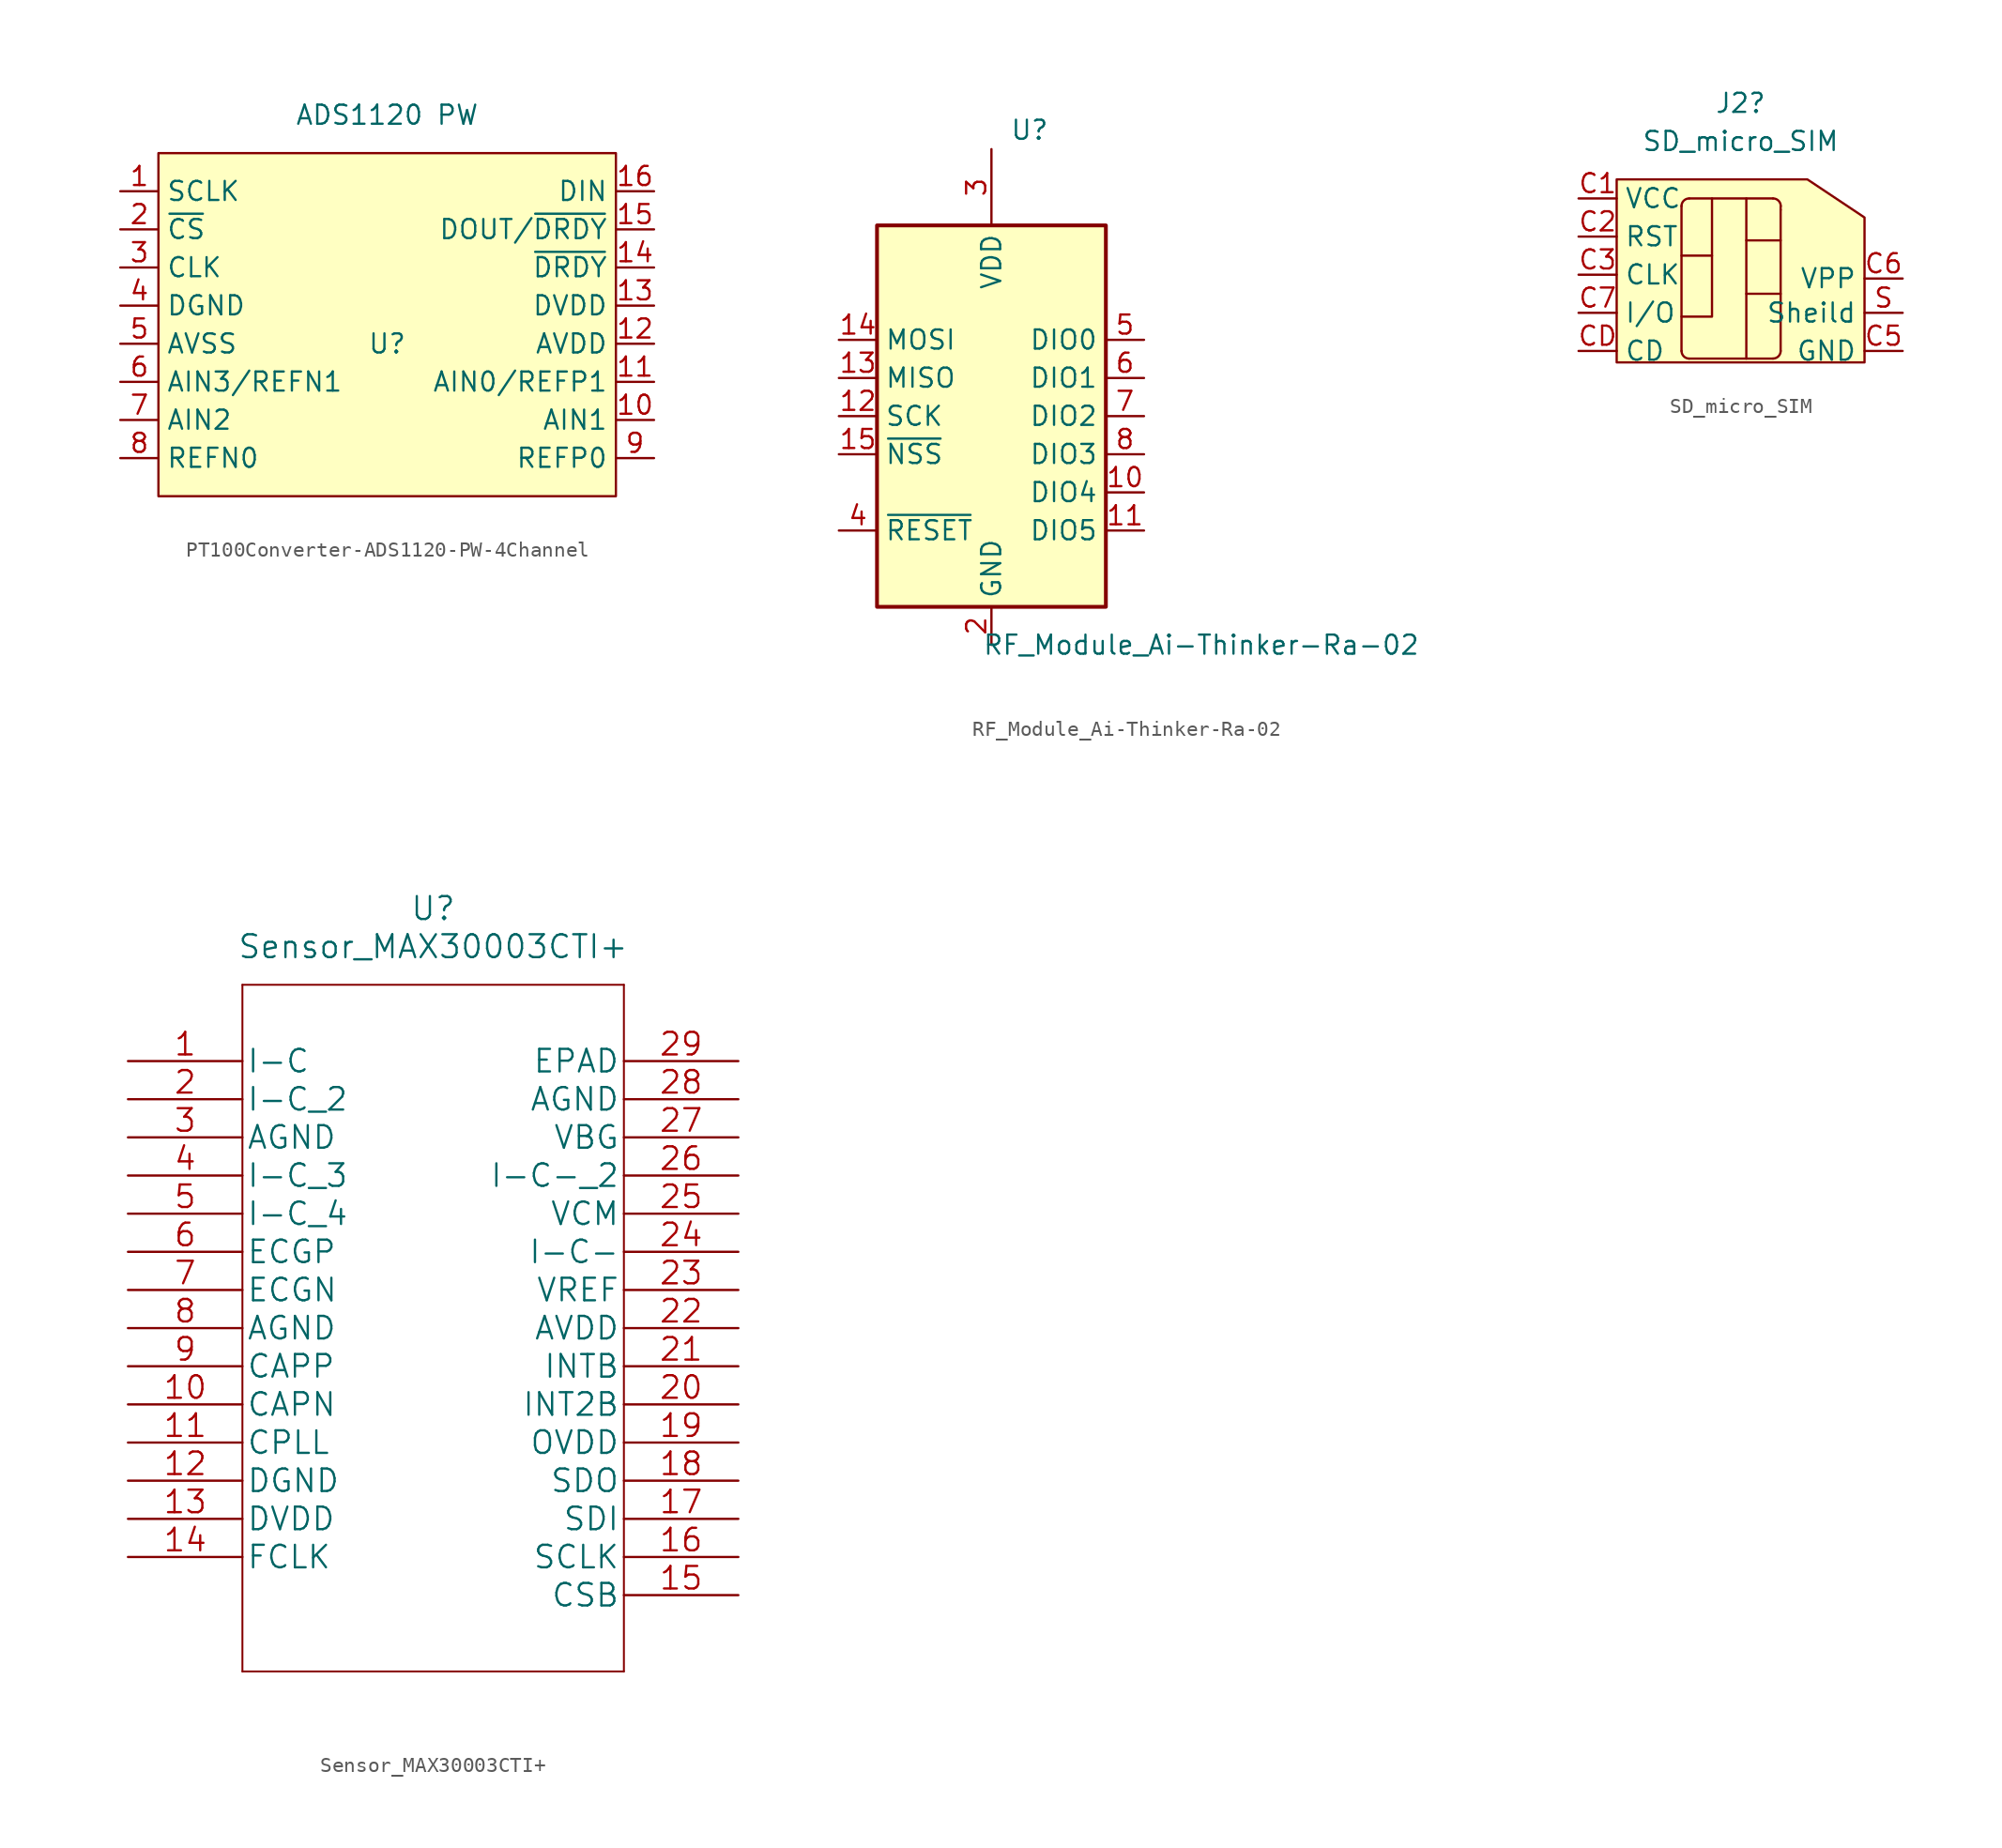
<source format=kicad_sym>
(kicad_symbol_lib
  (version 20220914)
  (generator kicad_symbol_editor)
  (symbol "PT100Converter-ADS1120-PW-4Channel"
    (property "Reference" "U"
      (at 0 0 0)
      (effects (font (size 1.27 1.27))))
    (property "Value" "ADS1120 PW"
      (at 0 15.24 0)
      (effects (font (size 1.27 1.27))))
    (symbol "PT100Converter-ADS1120-PW-4Channel_1_1"
      (rectangle (start -15.24 12.7) (end 15.24 -10.16) (stroke (width 0) (type default)) (fill (type background)))
      (pin input line (at -17.78 10.16 0) (length 2.54) (name "SCLK" (effects (font (size 1.27 1.27)))) (number "1" (effects (font (size 1.27 1.27)))))
      (pin input line (at 17.78 -5.08 180) (length 2.54) (name "AIN1" (effects (font (size 1.27 1.27)))) (number "10" (effects (font (size 1.27 1.27)))))
      (pin input line (at 17.78 -2.54 180) (length 2.54) (name "AIN0/REFP1" (effects (font (size 1.27 1.27)))) (number "11" (effects (font (size 1.27 1.27)))))
      (pin input line (at 17.78 0 180) (length 2.54) (name "AVDD" (effects (font (size 1.27 1.27)))) (number "12" (effects (font (size 1.27 1.27)))))
      (pin input line (at 17.78 2.54 180) (length 2.54) (name "DVDD" (effects (font (size 1.27 1.27)))) (number "13" (effects (font (size 1.27 1.27)))))
      (pin input line (at 17.78 5.08 180) (length 2.54) (name "~{DRDY}" (effects (font (size 1.27 1.27)))) (number "14" (effects (font (size 1.27 1.27)))))
      (pin input line (at 17.78 7.62 180) (length 2.54) (name "DOUT/~{DRDY}" (effects (font (size 1.27 1.27)))) (number "15" (effects (font (size 1.27 1.27)))))
      (pin input line (at 17.78 10.16 180) (length 2.54) (name "DIN" (effects (font (size 1.27 1.27)))) (number "16" (effects (font (size 1.27 1.27)))))
      (pin input line (at -17.78 7.62 0) (length 2.54) (name "~{CS}" (effects (font (size 1.27 1.27)))) (number "2" (effects (font (size 1.27 1.27)))))
      (pin input line (at -17.78 5.08 0) (length 2.54) (name "CLK" (effects (font (size 1.27 1.27)))) (number "3" (effects (font (size 1.27 1.27)))))
      (pin input line (at -17.78 2.54 0) (length 2.54) (name "DGND" (effects (font (size 1.27 1.27)))) (number "4" (effects (font (size 1.27 1.27)))))
      (pin input line (at -17.78 0 0) (length 2.54) (name "AVSS" (effects (font (size 1.27 1.27)))) (number "5" (effects (font (size 1.27 1.27)))))
      (pin input line (at -17.78 -2.54 0) (length 2.54) (name "AIN3/REFN1" (effects (font (size 1.27 1.27)))) (number "6" (effects (font (size 1.27 1.27)))))
      (pin input line (at -17.78 -5.08 0) (length 2.54) (name "AIN2" (effects (font (size 1.27 1.27)))) (number "7" (effects (font (size 1.27 1.27)))))
      (pin input line (at -17.78 -7.62 0) (length 2.54) (name "REFN0" (effects (font (size 1.27 1.27)))) (number "8" (effects (font (size 1.27 1.27)))))
      (pin input line (at 17.78 -7.62 180) (length 2.54) (name "REFP0" (effects (font (size 1.27 1.27)))) (number "9" (effects (font (size 1.27 1.27)))))))
  (symbol "RF_Module_Ai-Thinker-Ra-02"
    (property "Reference" "U"
      (at 2.54 19.05 0)
      (effects (font (size 1.27 1.27))))
    (property "Value" "RF_Module_Ai-Thinker-Ra-02"
      (at 13.97 -15.24 0)
      (effects (font (size 1.27 1.27))))
    (symbol "RF_Module_Ai-Thinker-Ra-02_0_1"
      (rectangle (start -7.62 12.7) (end 7.62 -12.7) (stroke (width 0.254) (type default)) (fill (type background))))
    (symbol "RF_Module_Ai-Thinker-Ra-02_1_1"
      (pin passive line (at 0 -15.24 90) (length 2.54) hide (name "GND" (effects (font (size 1.27 1.27)))) (number "1" (effects (font (size 1.27 1.27)))))
      (pin bidirectional line (at 10.16 -5.08 180) (length 2.54) (name "DIO4" (effects (font (size 1.27 1.27)))) (number "10" (effects (font (size 1.27 1.27)))))
      (pin bidirectional line (at 10.16 -7.62 180) (length 2.54) (name "DIO5" (effects (font (size 1.27 1.27)))) (number "11" (effects (font (size 1.27 1.27)))))
      (pin input line (at -10.16 0 0) (length 2.54) (name "SCK" (effects (font (size 1.27 1.27)))) (number "12" (effects (font (size 1.27 1.27)))))
      (pin output line (at -10.16 2.54 0) (length 2.54) (name "MISO" (effects (font (size 1.27 1.27)))) (number "13" (effects (font (size 1.27 1.27)))))
      (pin input line (at -10.16 5.08 0) (length 2.54) (name "MOSI" (effects (font (size 1.27 1.27)))) (number "14" (effects (font (size 1.27 1.27)))))
      (pin input line (at -10.16 -2.54 0) (length 2.54) (name "~{NSS}" (effects (font (size 1.27 1.27)))) (number "15" (effects (font (size 1.27 1.27)))))
      (pin passive line (at 0 -15.24 90) (length 2.54) hide (name "GND" (effects (font (size 1.27 1.27)))) (number "16" (effects (font (size 1.27 1.27)))))
      (pin power_in line (at 0 -15.24 90) (length 2.54) (name "GND" (effects (font (size 1.27 1.27)))) (number "2" (effects (font (size 1.27 1.27)))))
      (pin power_in line (at 0 17.78 270) (length 5.08) (name "VDD" (effects (font (size 1.27 1.27)))) (number "3" (effects (font (size 1.27 1.27)))))
      (pin input line (at -10.16 -7.62 0) (length 2.54) (name "~{RESET}" (effects (font (size 1.27 1.27)))) (number "4" (effects (font (size 1.27 1.27)))))
      (pin bidirectional line (at 10.16 5.08 180) (length 2.54) (name "DIO0" (effects (font (size 1.27 1.27)))) (number "5" (effects (font (size 1.27 1.27)))))
      (pin bidirectional line (at 10.16 2.54 180) (length 2.54) (name "DIO1" (effects (font (size 1.27 1.27)))) (number "6" (effects (font (size 1.27 1.27)))))
      (pin bidirectional line (at 10.16 0 180) (length 2.54) (name "DIO2" (effects (font (size 1.27 1.27)))) (number "7" (effects (font (size 1.27 1.27)))))
      (pin bidirectional line (at 10.16 -2.54 180) (length 2.54) (name "DIO3" (effects (font (size 1.27 1.27)))) (number "8" (effects (font (size 1.27 1.27)))))
      (pin passive line (at 0 -15.24 90) (length 2.54) hide (name "GND" (effects (font (size 1.27 1.27)))) (number "9" (effects (font (size 1.27 1.27)))))))
  (symbol "SD_micro_SIM"
    (property "Reference" "J2"
      (at 1.905 6.35 0)
      (effects (font (size 1.27 1.27))))
    (property "Value" "SD_micro_SIM"
      (at 1.905 3.81 0)
      (effects (font (size 1.27 1.27))))
    (symbol "SD_micro_SIM_0_1"
      (arc (start -2.032 -10.16) (mid -1.8832 -10.5192) (end -1.524 -10.668) (stroke (width 0) (type default)) (fill (type none)))
      (arc (start -1.524 0) (mid -1.8832 -0.1488) (end -2.032 -0.508) (stroke (width 0) (type default)) (fill (type none)))
      (polyline (pts (xy -2.032 -3.81) (xy 0 -3.81)) (stroke (width 0) (type default)) (fill (type none)))
      (polyline (pts (xy -2.032 -0.508) (xy -2.032 -10.16)) (stroke (width 0) (type default)) (fill (type none)))
      (polyline (pts (xy -1.524 -10.668) (xy 4.064 -10.668)) (stroke (width 0) (type default)) (fill (type none)))
      (polyline (pts (xy -1.524 0) (xy 4.064 0)) (stroke (width 0) (type default)) (fill (type none)))
      (polyline (pts (xy 2.286 0) (xy 2.286 -10.668)) (stroke (width 0) (type default)) (fill (type none)))
      (polyline (pts (xy 4.572 -6.35) (xy 2.286 -6.35)) (stroke (width 0) (type default)) (fill (type none)))
      (polyline (pts (xy 4.572 -2.794) (xy 2.286 -2.794)) (stroke (width 0) (type default)) (fill (type none)))
      (polyline (pts (xy 4.572 -0.762) (xy 4.572 -10.16)) (stroke (width 0) (type default)) (fill (type none)))
      (polyline (pts (xy 4.572 -0.508) (xy 4.572 -0.762)) (stroke (width 0) (type default)) (fill (type none)))
      (polyline (pts (xy 0 0) (xy 0 -7.874) (xy -2.032 -7.874)) (stroke (width 0) (type default)) (fill (type none)))
      (polyline (pts (xy -6.35 1.27) (xy -6.35 -10.922) (xy 10.16 -10.922) (xy 10.16 -1.27) (xy 6.35 1.27) (xy -6.35 1.27)) (stroke (width 0) (type default)) (fill (type background)))
      (arc (start 4.064 -10.668) (mid 4.4232 -10.5192) (end 4.572 -10.16) (stroke (width 0) (type default)) (fill (type none)))
      (arc (start 4.572 -0.508) (mid 4.4232 -0.1488) (end 4.064 0) (stroke (width 0) (type default)) (fill (type none))))
    (symbol "SD_micro_SIM_1_1"
      (pin power_in line (at -8.89 0 0) (length 2.54) (name "VCC" (effects (font (size 1.27 1.27)))) (number "C1" (effects (font (size 1.27 1.27)))))
      (pin input line (at -8.89 -2.54 0) (length 2.54) (name "RST" (effects (font (size 1.27 1.27)))) (number "C2" (effects (font (size 1.27 1.27)))))
      (pin input line (at -8.89 -5.08 0) (length 2.54) (name "CLK" (effects (font (size 1.27 1.27)))) (number "C3" (effects (font (size 1.27 1.27)))))
      (pin power_in line (at 12.7 -10.16 180) (length 2.54) (name "GND" (effects (font (size 1.27 1.27)))) (number "C5" (effects (font (size 1.27 1.27)))))
      (pin input line (at 12.7 -5.334 180) (length 2.54) (name "VPP" (effects (font (size 1.27 1.27)))) (number "C6" (effects (font (size 1.27 1.27)))))
      (pin bidirectional line (at -8.89 -7.62 0) (length 2.54) (name "I/O" (effects (font (size 1.27 1.27)))) (number "C7" (effects (font (size 1.27 1.27)))))
      (pin output line (at -8.89 -10.16 0) (length 2.54) (name "CD" (effects (font (size 1.27 1.27)))) (number "CD" (effects (font (size 1.27 1.27)))))
      (pin power_in line (at 12.7 -7.62 180) (length 2.54) (name "Sheild" (effects (font (size 1.27 1.27)))) (number "S" (effects (font (size 1.27 1.27)))))))
  (symbol "Sensor_MAX30003CTI+"
    (pin_names
      (offset 0.254))
    (property "Reference" "U"
      (at 20.32 10.16 0)
      (effects (font (size 1.524 1.524))))
    (property "Value" "Sensor_MAX30003CTI+"
      (at 20.32 7.62 0)
      (effects (font (size 1.524 1.524))))
    (symbol "Sensor_MAX30003CTI+_1_1"
      (polyline (pts (xy 7.62 -40.64) (xy 33.02 -40.64)) (stroke (width 0.127) (type default)) (fill (type none)))
      (polyline (pts (xy 7.62 5.08) (xy 7.62 -40.64)) (stroke (width 0.127) (type default)) (fill (type none)))
      (polyline (pts (xy 33.02 -40.64) (xy 33.02 5.08)) (stroke (width 0.127) (type default)) (fill (type none)))
      (polyline (pts (xy 33.02 5.08) (xy 7.62 5.08)) (stroke (width 0.127) (type default)) (fill (type none)))
      (pin bidirectional line (at 0 0 0) (length 7.62) (name "I-C" (effects (font (size 1.499 1.499)))) (number "1" (effects (font (size 1.499 1.499)))))
      (pin unspecified line (at 0 -22.86 0) (length 7.62) (name "CAPN" (effects (font (size 1.499 1.499)))) (number "10" (effects (font (size 1.499 1.499)))))
      (pin unspecified line (at 0 -25.4 0) (length 7.62) (name "CPLL" (effects (font (size 1.499 1.499)))) (number "11" (effects (font (size 1.499 1.499)))))
      (pin power_in line (at 0 -27.94 0) (length 7.62) (name "DGND" (effects (font (size 1.499 1.499)))) (number "12" (effects (font (size 1.499 1.499)))))
      (pin power_in line (at 0 -30.48 0) (length 7.62) (name "DVDD" (effects (font (size 1.499 1.499)))) (number "13" (effects (font (size 1.499 1.499)))))
      (pin unspecified line (at 0 -33.02 0) (length 7.62) (name "FCLK" (effects (font (size 1.499 1.499)))) (number "14" (effects (font (size 1.499 1.499)))))
      (pin unspecified line (at 40.64 -35.56 180) (length 7.62) (name "CSB" (effects (font (size 1.499 1.499)))) (number "15" (effects (font (size 1.499 1.499)))))
      (pin unspecified line (at 40.64 -33.02 180) (length 7.62) (name "SCLK" (effects (font (size 1.499 1.499)))) (number "16" (effects (font (size 1.499 1.499)))))
      (pin unspecified line (at 40.64 -30.48 180) (length 7.62) (name "SDI" (effects (font (size 1.499 1.499)))) (number "17" (effects (font (size 1.499 1.499)))))
      (pin unspecified line (at 40.64 -27.94 180) (length 7.62) (name "SDO" (effects (font (size 1.499 1.499)))) (number "18" (effects (font (size 1.499 1.499)))))
      (pin power_in line (at 40.64 -25.4 180) (length 7.62) (name "OVDD" (effects (font (size 1.499 1.499)))) (number "19" (effects (font (size 1.499 1.499)))))
      (pin bidirectional line (at 0 -2.54 0) (length 7.62) (name "I-C_2" (effects (font (size 1.499 1.499)))) (number "2" (effects (font (size 1.499 1.499)))))
      (pin unspecified line (at 40.64 -22.86 180) (length 7.62) (name "INT2B" (effects (font (size 1.499 1.499)))) (number "20" (effects (font (size 1.499 1.499)))))
      (pin unspecified line (at 40.64 -20.32 180) (length 7.62) (name "INTB" (effects (font (size 1.499 1.499)))) (number "21" (effects (font (size 1.499 1.499)))))
      (pin power_in line (at 40.64 -17.78 180) (length 7.62) (name "AVDD" (effects (font (size 1.499 1.499)))) (number "22" (effects (font (size 1.499 1.499)))))
      (pin power_in line (at 40.64 -15.24 180) (length 7.62) (name "VREF" (effects (font (size 1.499 1.499)))) (number "23" (effects (font (size 1.499 1.499)))))
      (pin bidirectional line (at 40.64 -12.7 180) (length 7.62) (name "I-C-" (effects (font (size 1.499 1.499)))) (number "24" (effects (font (size 1.499 1.499)))))
      (pin unspecified line (at 40.64 -10.16 180) (length 7.62) (name "VCM" (effects (font (size 1.499 1.499)))) (number "25" (effects (font (size 1.499 1.499)))))
      (pin bidirectional line (at 40.64 -7.62 180) (length 7.62) (name "I-C-_2" (effects (font (size 1.499 1.499)))) (number "26" (effects (font (size 1.499 1.499)))))
      (pin unspecified line (at 40.64 -5.08 180) (length 7.62) (name "VBG" (effects (font (size 1.499 1.499)))) (number "27" (effects (font (size 1.499 1.499)))))
      (pin power_in line (at 40.64 -2.54 180) (length 7.62) (name "AGND" (effects (font (size 1.499 1.499)))) (number "28" (effects (font (size 1.499 1.499)))))
      (pin unspecified line (at 40.64 0 180) (length 7.62) (name "EPAD" (effects (font (size 1.499 1.499)))) (number "29" (effects (font (size 1.499 1.499)))))
      (pin power_in line (at 0 -5.08 0) (length 7.62) (name "AGND" (effects (font (size 1.499 1.499)))) (number "3" (effects (font (size 1.499 1.499)))))
      (pin bidirectional line (at 0 -7.62 0) (length 7.62) (name "I-C_3" (effects (font (size 1.499 1.499)))) (number "4" (effects (font (size 1.499 1.499)))))
      (pin bidirectional line (at 0 -10.16 0) (length 7.62) (name "I-C_4" (effects (font (size 1.499 1.499)))) (number "5" (effects (font (size 1.499 1.499)))))
      (pin bidirectional line (at 0 -12.7 0) (length 7.62) (name "ECGP" (effects (font (size 1.499 1.499)))) (number "6" (effects (font (size 1.499 1.499)))))
      (pin bidirectional line (at 0 -15.24 0) (length 7.62) (name "ECGN" (effects (font (size 1.499 1.499)))) (number "7" (effects (font (size 1.499 1.499)))))
      (pin power_in line (at 0 -17.78 0) (length 7.62) (name "AGND" (effects (font (size 1.499 1.499)))) (number "8" (effects (font (size 1.499 1.499)))))
      (pin unspecified line (at 0 -20.32 0) (length 7.62) (name "CAPP" (effects (font (size 1.499 1.499)))) (number "9" (effects (font (size 1.499 1.499))))))))
</source>
